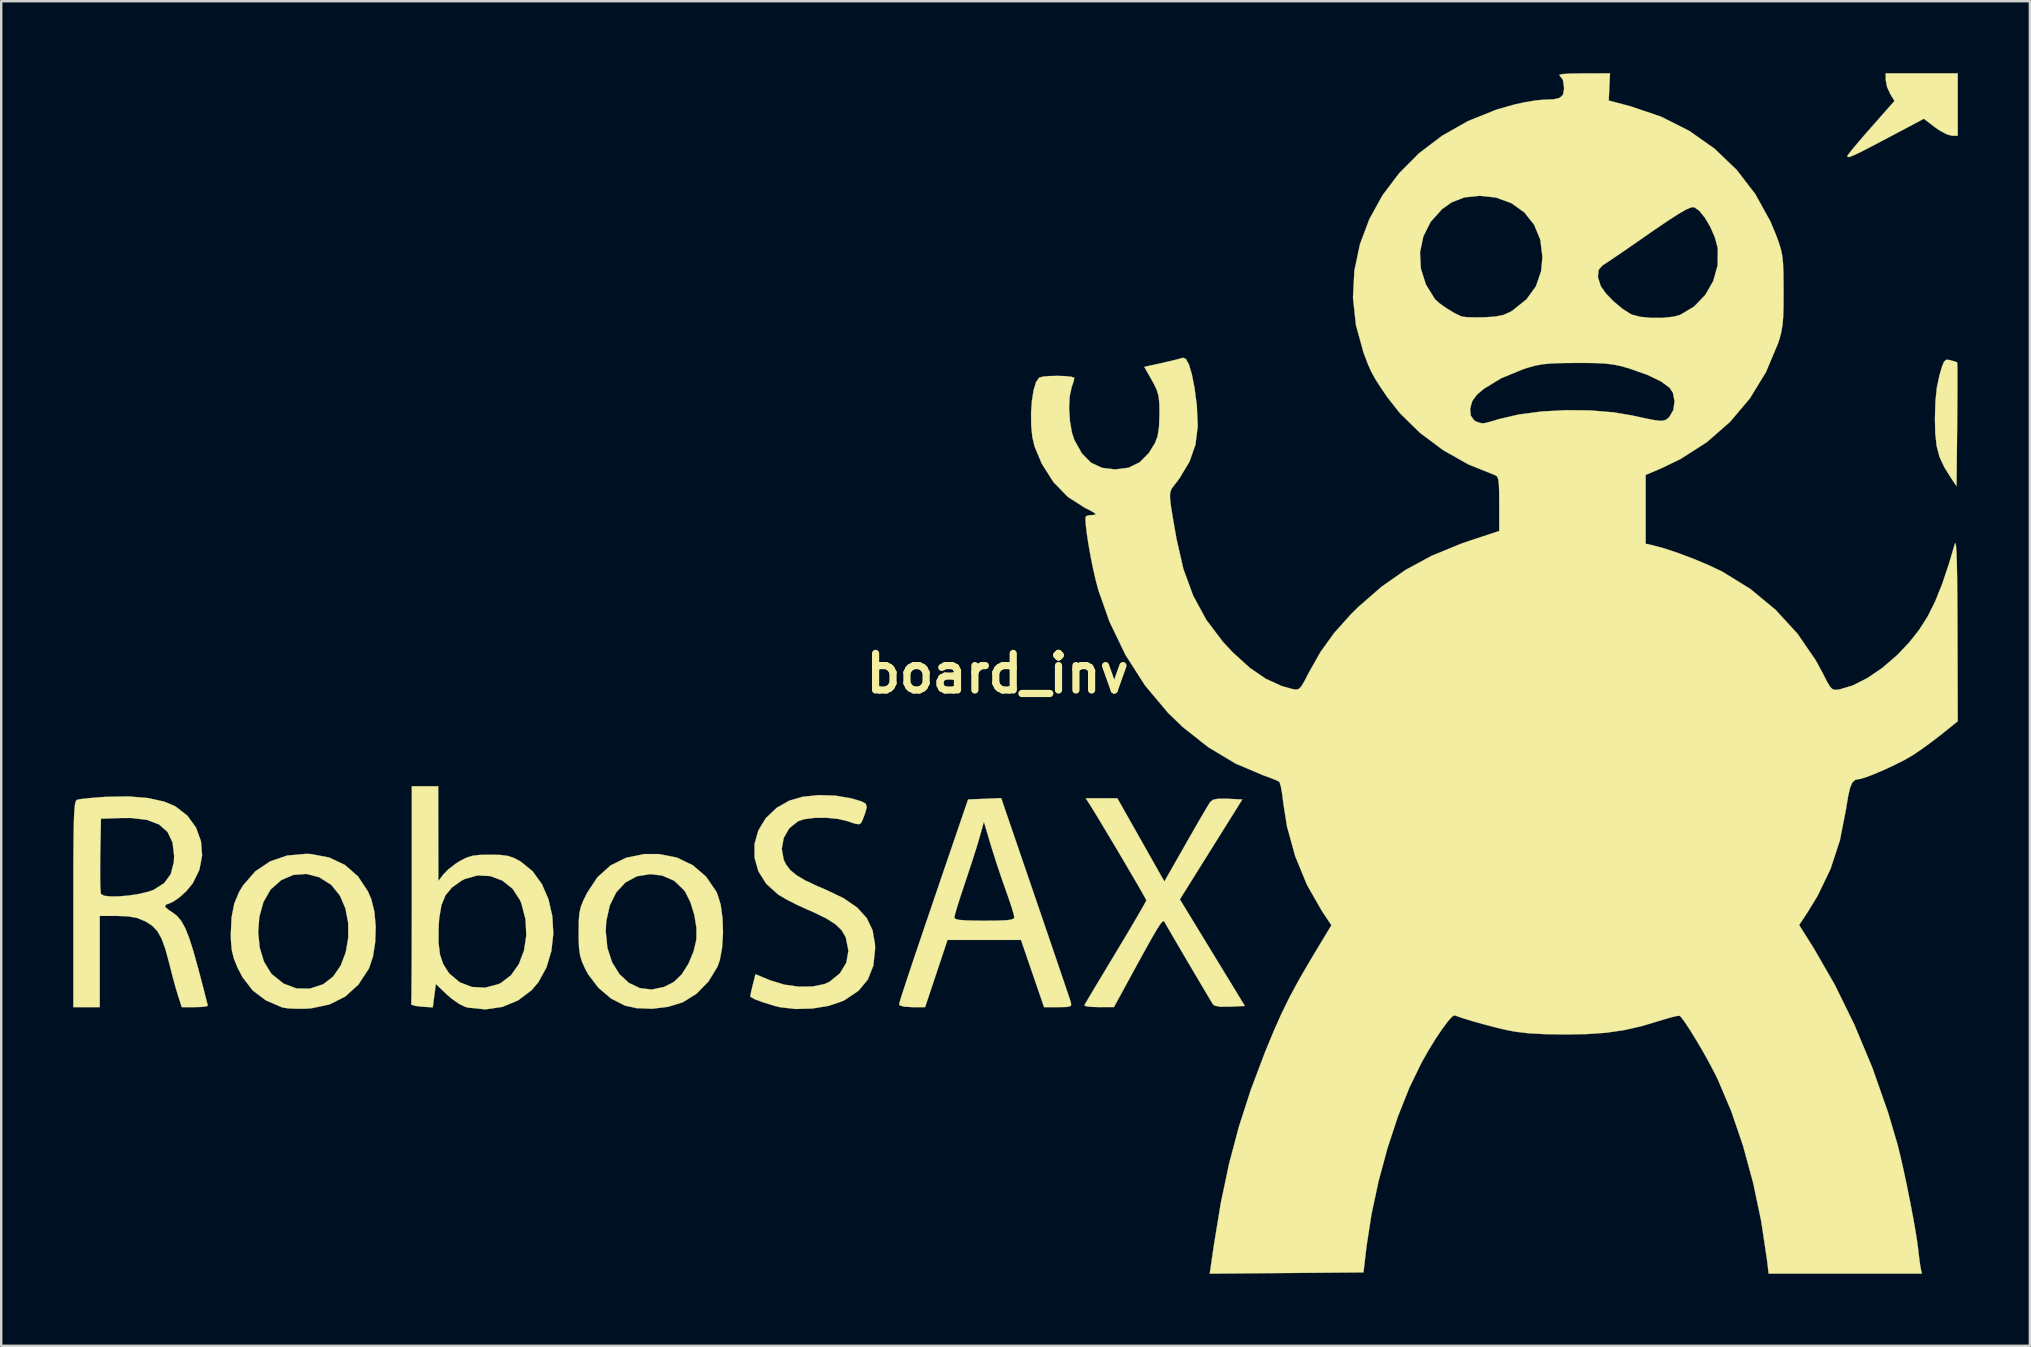
<source format=kicad_pcb>
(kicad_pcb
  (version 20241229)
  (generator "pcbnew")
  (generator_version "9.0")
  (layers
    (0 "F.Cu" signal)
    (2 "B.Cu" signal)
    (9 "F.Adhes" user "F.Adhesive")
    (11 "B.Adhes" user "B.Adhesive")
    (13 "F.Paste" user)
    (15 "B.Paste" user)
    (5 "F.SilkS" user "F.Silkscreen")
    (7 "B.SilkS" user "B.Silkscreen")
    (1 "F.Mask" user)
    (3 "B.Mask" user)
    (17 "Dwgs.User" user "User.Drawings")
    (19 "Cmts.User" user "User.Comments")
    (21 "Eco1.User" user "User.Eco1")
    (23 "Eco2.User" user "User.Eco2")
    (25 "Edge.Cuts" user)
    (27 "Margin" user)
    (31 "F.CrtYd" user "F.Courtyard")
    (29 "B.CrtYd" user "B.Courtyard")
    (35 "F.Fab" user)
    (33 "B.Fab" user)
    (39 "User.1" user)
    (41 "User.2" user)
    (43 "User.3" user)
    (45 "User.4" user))
  (footprint "board_inv"
    (layer "F.Cu")
    (at 38.505 25.005)
    (property "Reference" "board_inv" (at 0 0 0) (layer "F.SilkS") (effects (font (size 1.524 1.524) (thickness 0.3))))
    (attr through_hole)
    (fp_poly (pts (xy 39.629 -13.063) (xy 39.691 -13.049) (xy 39.892 -12.991) (xy 39.977 -12.957) (xy 39.983 -12.854) (xy 39.987 -12.577) (xy 39.988 -12.155) (xy 39.986 -11.613) (xy 39.982 -10.978) (xy 39.977 -10.368) (xy 39.95 -7.805) (xy 39.73 -8.128) (xy 39.438 -8.595) (xy 39.24 -9.025) (xy 39.121 -9.478) (xy 39.064 -10.016) (xy 39.051 -10.6) (xy 39.07 -11.321) (xy 39.129 -11.904) (xy 39.235 -12.406) (xy 39.242 -12.432) (xy 39.346 -12.785) (xy 39.427 -12.983) (xy 39.512 -13.063) (xy 39.629 -13.063)) (stroke (width 0.01) (type solid)) (fill yes) (layer "F.SilkS"))
    (fp_poly (pts (xy 40 -22.4) (xy 39.758 -22.4) (xy 39.547 -22.459) (xy 39.259 -22.611) (xy 39.051 -22.754) (xy 38.588 -23.108) (xy 37.119 -22.329) (xy 36.523 -22.015) (xy 36.081 -21.785) (xy 35.77 -21.632) (xy 35.569 -21.544) (xy 35.455 -21.512) (xy 35.407 -21.526) (xy 35.4 -21.554) (xy 35.463 -21.649) (xy 35.636 -21.866) (xy 35.896 -22.175) (xy 36.219 -22.55) (xy 36.383 -22.736) (xy 37.366 -23.85) (xy 37.184 -24.15) (xy 37.055 -24.44) (xy 37.001 -24.722) (xy 37.001 -24.725) (xy 37 -25) (xy 40 -25) (xy 40 -22.4)) (stroke (width 0.01) (type solid)) (fill yes) (layer "F.SilkS"))
    (fp_poly (pts (xy -28.598 7.523) (xy -27.837 7.668) (xy -27.181 7.981) (xy -26.641 8.454) (xy -26.227 9.081) (xy -26.089 9.4) (xy -25.958 9.923) (xy -25.903 10.54) (xy -25.923 11.184) (xy -26.015 11.784) (xy -26.177 12.27) (xy -26.192 12.3) (xy -26.628 12.964) (xy -27.175 13.46) (xy -27.831 13.789) (xy -28.595 13.95) (xy -28.8 13.964) (xy -29.203 13.968) (xy -29.558 13.951) (xy -29.791 13.915) (xy -29.8 13.912) (xy -30.488 13.614) (xy -31.026 13.206) (xy -31.45 12.657) (xy -31.662 12.252) (xy -31.815 11.873) (xy -31.9 11.521) (xy -31.935 11.105) (xy -31.94 10.852) (xy -31.936 10.777) (xy -30.801 10.777) (xy -30.737 11.419) (xy -30.559 12.005) (xy -30.268 12.483) (xy -30.221 12.536) (xy -29.742 12.92) (xy -29.212 13.12) (xy -28.655 13.131) (xy -28.096 12.948) (xy -28.088 12.944) (xy -27.676 12.625) (xy -27.363 12.17) (xy -27.153 11.619) (xy -27.048 11.012) (xy -27.051 10.389) (xy -27.165 9.79) (xy -27.395 9.254) (xy -27.742 8.821) (xy -27.759 8.805) (xy -28.256 8.488) (xy -28.792 8.351) (xy -29.331 8.391) (xy -29.835 8.605) (xy -30.27 8.99) (xy -30.298 9.025) (xy -30.583 9.528) (xy -30.75 10.129) (xy -30.801 10.777) (xy -31.936 10.777) (xy -31.908 10.155) (xy -31.797 9.589) (xy -31.591 9.096) (xy -31.425 8.823) (xy -30.922 8.245) (xy -30.307 7.83) (xy -29.595 7.585) (xy -28.796 7.514) (xy -28.598 7.523)) (stroke (width 0.01) (type solid)) (fill yes) (layer "F.SilkS"))
    (fp_poly (pts (xy -13.359 7.67) (xy -12.697 7.988) (xy -12.144 8.461) (xy -11.724 9.075) (xy -11.67 9.187) (xy -11.534 9.627) (xy -11.456 10.19) (xy -11.436 10.808) (xy -11.473 11.413) (xy -11.568 11.939) (xy -11.664 12.212) (xy -12.042 12.832) (xy -12.537 13.34) (xy -13.107 13.695) (xy -13.126 13.703) (xy -13.722 13.886) (xy -14.386 13.967) (xy -15.038 13.943) (xy -15.529 13.834) (xy -16.104 13.54) (xy -16.629 13.091) (xy -17.053 12.534) (xy -17.169 12.321) (xy -17.305 12.022) (xy -17.389 11.754) (xy -17.433 11.451) (xy -17.449 11.048) (xy -17.45 10.79) (xy -17.449 10.734) (xy -16.322 10.734) (xy -16.252 11.433) (xy -16.055 12.035) (xy -15.751 12.525) (xy -15.362 12.887) (xy -14.907 13.106) (xy -14.406 13.168) (xy -13.881 13.056) (xy -13.485 12.851) (xy -13.165 12.546) (xy -12.879 12.1) (xy -12.66 11.575) (xy -12.546 11.089) (xy -12.541 10.605) (xy -12.631 10.055) (xy -12.796 9.523) (xy -13.015 9.09) (xy -13.058 9.031) (xy -13.468 8.637) (xy -13.971 8.417) (xy -14.463 8.36) (xy -15.022 8.448) (xy -15.499 8.706) (xy -15.881 9.116) (xy -16.152 9.66) (xy -16.299 10.319) (xy -16.322 10.734) (xy -17.449 10.734) (xy -17.445 10.327) (xy -17.42 9.995) (xy -17.36 9.725) (xy -17.25 9.45) (xy -17.1 9.145) (xy -16.666 8.488) (xy -16.121 7.998) (xy -15.47 7.675) (xy -14.718 7.524) (xy -14.107 7.523) (xy -13.359 7.67)) (stroke (width 0.01) (type solid)) (fill yes) (layer "F.SilkS"))
    (fp_poly (pts (xy 5.971 6.933) (xy 6.95 8.666) (xy 7.847 7.09) (xy 8.142 6.573) (xy 8.409 6.11) (xy 8.631 5.73) (xy 8.789 5.465) (xy 8.861 5.352) (xy 8.983 5.258) (xy 9.203 5.217) (xy 9.568 5.219) (xy 9.588 5.22) (xy 10.197 5.25) (xy 7.595 9.411) (xy 10.303 13.85) (xy 9.677 13.881) (xy 9.271 13.883) (xy 9.039 13.836) (xy 8.972 13.781) (xy 8.756 13.42) (xy 8.496 12.981) (xy 8.209 12.496) (xy 7.914 11.996) (xy 7.63 11.511) (xy 7.373 11.073) (xy 7.164 10.713) (xy 7.019 10.462) (xy 6.957 10.351) (xy 6.956 10.35) (xy 6.922 10.313) (xy 6.865 10.341) (xy 6.774 10.451) (xy 6.639 10.661) (xy 6.447 10.988) (xy 6.186 11.453) (xy 5.847 12.071) (xy 5.75 12.248) (xy 4.85 13.898) (xy 4.217 13.899) (xy 3.897 13.889) (xy 3.681 13.86) (xy 3.617 13.823) (xy 3.676 13.72) (xy 3.823 13.469) (xy 4.046 13.096) (xy 4.329 12.624) (xy 4.657 12.078) (xy 4.925 11.633) (xy 5.277 11.047) (xy 5.591 10.519) (xy 5.854 10.07) (xy 6.052 9.727) (xy 6.171 9.512) (xy 6.2 9.45) (xy 6.151 9.353) (xy 6.017 9.113) (xy 5.813 8.76) (xy 5.558 8.323) (xy 5.269 7.831) (xy 4.963 7.314) (xy 4.656 6.799) (xy 4.367 6.316) (xy 4.112 5.895) (xy 3.909 5.565) (xy 3.821 5.425) (xy 3.677 5.2) (xy 4.991 5.2) (xy 5.971 6.933)) (stroke (width 0.01) (type solid)) (fill yes) (layer "F.SilkS"))
    (fp_poly (pts (xy 1.565 9.321) (xy 1.864 10.195) (xy 2.144 11.015) (xy 2.399 11.763) (xy 2.621 12.416) (xy 2.804 12.955) (xy 2.941 13.359) (xy 3.024 13.608) (xy 3.046 13.675) (xy 3.071 13.8) (xy 3.023 13.868) (xy 2.859 13.895) (xy 2.538 13.9) (xy 2.526 13.9) (xy 1.938 13.9) (xy 0.976 11.1) (xy -2.083 11.1) (xy -2.55 12.5) (xy -3.017 13.9) (xy -3.558 13.9) (xy -3.899 13.88) (xy -4.078 13.824) (xy -4.1 13.786) (xy -4.08 13.7) (xy -4.019 13.496) (xy -3.913 13.167) (xy -3.761 12.705) (xy -3.56 12.101) (xy -3.306 11.348) (xy -2.998 10.438) (xy -2.905 10.166) (xy -1.8 10.166) (xy -1.757 10.224) (xy -1.611 10.264) (xy -1.334 10.287) (xy -0.9 10.298) (xy -0.55 10.3) (xy -0.018 10.296) (xy 0.344 10.282) (xy 0.565 10.255) (xy 0.674 10.212) (xy 0.7 10.155) (xy 0.667 10.004) (xy 0.579 9.713) (xy 0.45 9.329) (xy 0.344 9.03) (xy 0.15 8.477) (xy -0.056 7.858) (xy -0.239 7.281) (xy -0.29 7.114) (xy -0.568 6.179) (xy -0.745 6.814) (xy -0.847 7.157) (xy -0.995 7.629) (xy -1.17 8.167) (xy -1.352 8.713) (xy -1.361 8.741) (xy -1.522 9.225) (xy -1.657 9.646) (xy -1.753 9.967) (xy -1.798 10.148) (xy -1.8 10.166) (xy -2.905 10.166) (xy -2.632 9.364) (xy -2.207 8.116) (xy -1.719 6.689) (xy -1.672 6.55) (xy -1.227 5.25) (xy -0.538 5.221) (xy 0.152 5.192) (xy 1.565 9.321)) (stroke (width 0.01) (type solid)) (fill yes) (layer "F.SilkS"))
    (fp_poly (pts (xy -23.294 8.65) (xy -23.088 8.374) (xy -22.878 8.16) (xy -22.578 7.928) (xy -22.416 7.824) (xy -22.143 7.68) (xy -21.885 7.597) (xy -21.571 7.559) (xy -21.15 7.55) (xy -20.715 7.559) (xy -20.407 7.599) (xy -20.15 7.684) (xy -19.872 7.831) (xy -19.867 7.834) (xy -19.369 8.237) (xy -18.981 8.774) (xy -18.705 9.411) (xy -18.546 10.112) (xy -18.505 10.842) (xy -18.587 11.567) (xy -18.793 12.251) (xy -19.127 12.86) (xy -19.406 13.191) (xy -19.97 13.618) (xy -20.627 13.89) (xy -21.335 13.994) (xy -22.049 13.921) (xy -22.177 13.888) (xy -22.428 13.766) (xy -22.736 13.551) (xy -22.951 13.365) (xy -23.398 12.936) (xy -23.462 13.423) (xy -23.527 13.91) (xy -23.989 13.88) (xy -24.255 13.848) (xy -24.409 13.801) (xy -24.425 13.775) (xy -24.42 13.662) (xy -24.415 13.37) (xy -24.411 12.919) (xy -24.407 12.329) (xy -24.404 11.621) (xy -24.403 11.202) (xy -23.287 11.202) (xy -23.229 11.698) (xy -23.097 12.096) (xy -22.881 12.443) (xy -22.821 12.516) (xy -22.403 12.866) (xy -21.897 13.06) (xy -21.346 13.089) (xy -20.797 12.945) (xy -20.696 12.898) (xy -20.267 12.572) (xy -19.94 12.107) (xy -19.725 11.539) (xy -19.63 10.906) (xy -19.663 10.243) (xy -19.833 9.59) (xy -19.895 9.439) (xy -20.203 8.967) (xy -20.627 8.63) (xy -21.127 8.441) (xy -21.662 8.414) (xy -22.193 8.562) (xy -22.337 8.637) (xy -22.725 8.913) (xy -22.995 9.237) (xy -23.165 9.649) (xy -23.258 10.192) (xy -23.283 10.56) (xy -23.287 11.202) (xy -24.403 11.202) (xy -24.402 10.814) (xy -24.4 9.93) (xy -24.4 9.2) (xy -24.4 4.7) (xy -23.3 4.7) (xy -23.294 8.65)) (stroke (width 0.01) (type solid)) (fill yes) (layer "F.SilkS"))
    (fp_poly (pts (xy -6.756 5.089) (xy -6.085 5.205) (xy -5.97 5.237) (xy -5.655 5.334) (xy -5.489 5.427) (xy -5.448 5.567) (xy -5.511 5.806) (xy -5.611 6.075) (xy -5.679 6.224) (xy -5.77 6.283) (xy -5.94 6.258) (xy -6.241 6.156) (xy -6.25 6.153) (xy -6.65 6.057) (xy -7.131 6.011) (xy -7.622 6.016) (xy -8.05 6.07) (xy -8.309 6.155) (xy -8.674 6.447) (xy -8.905 6.847) (xy -8.988 7.302) (xy -8.908 7.76) (xy -8.81 7.96) (xy -8.632 8.191) (xy -8.378 8.404) (xy -8.015 8.619) (xy -7.51 8.857) (xy -7.165 9.003) (xy -6.413 9.362) (xy -5.846 9.752) (xy -5.449 10.189) (xy -5.207 10.692) (xy -5.105 11.277) (xy -5.1 11.469) (xy -5.174 12.17) (xy -5.401 12.749) (xy -5.792 13.219) (xy -6.356 13.599) (xy -6.478 13.659) (xy -7.041 13.849) (xy -7.71 13.957) (xy -8.407 13.977) (xy -9.054 13.905) (xy -9.25 13.858) (xy -9.757 13.703) (xy -10.106 13.575) (xy -10.282 13.478) (xy -10.3 13.447) (xy -10.278 13.322) (xy -10.221 13.077) (xy -10.192 12.959) (xy -10.084 12.53) (xy -9.467 12.784) (xy -8.892 12.961) (xy -8.287 13.047) (xy -7.709 13.041) (xy -7.217 12.942) (xy -7 12.845) (xy -6.564 12.489) (xy -6.298 12.048) (xy -6.211 11.55) (xy -6.315 11.022) (xy -6.339 10.962) (xy -6.498 10.692) (xy -6.756 10.445) (xy -7.14 10.201) (xy -7.679 9.94) (xy -7.914 9.838) (xy -8.348 9.641) (xy -8.771 9.425) (xy -9.102 9.232) (xy -9.146 9.202) (xy -9.638 8.759) (xy -9.962 8.242) (xy -10.122 7.68) (xy -10.123 7.105) (xy -9.967 6.546) (xy -9.658 6.033) (xy -9.2 5.596) (xy -8.679 5.3) (xy -8.123 5.138) (xy -7.459 5.068) (xy -6.756 5.089)) (stroke (width 0.01) (type solid)) (fill yes) (layer "F.SilkS"))
    (fp_poly (pts (xy -35.39 5.19) (xy -34.715 5.338) (xy -34.257 5.53) (xy -33.749 5.923) (xy -33.39 6.419) (xy -33.184 6.984) (xy -33.136 7.583) (xy -33.249 8.182) (xy -33.528 8.746) (xy -33.812 9.089) (xy -34.081 9.327) (xy -34.333 9.503) (xy -34.463 9.562) (xy -34.656 9.637) (xy -34.669 9.734) (xy -34.499 9.874) (xy -34.407 9.93) (xy -34.196 10.085) (xy -34.012 10.299) (xy -33.844 10.598) (xy -33.678 11.011) (xy -33.501 11.565) (xy -33.303 12.277) (xy -33.165 12.798) (xy -33.047 13.249) (xy -32.959 13.595) (xy -32.908 13.802) (xy -32.9 13.845) (xy -32.99 13.875) (xy -33.223 13.895) (xy -33.442 13.9) (xy -33.984 13.9) (xy -34.137 13.425) (xy -34.235 13.097) (xy -34.355 12.659) (xy -34.475 12.194) (xy -34.498 12.101) (xy -34.661 11.495) (xy -34.821 11.051) (xy -35 10.733) (xy -35.219 10.504) (xy -35.497 10.328) (xy -35.502 10.325) (xy -35.836 10.188) (xy -36.208 10.119) (xy -36.671 10.1) (xy -37.4 10.1) (xy -37.4 13.9) (xy -38.5 13.9) (xy -38.5 9.611) (xy -38.499 8.561) (xy -38.498 8.081) (xy -37.384 8.081) (xy -37.383 8.552) (xy -37.374 8.919) (xy -37.359 9.142) (xy -37.35 9.185) (xy -37.225 9.258) (xy -36.952 9.29) (xy -36.581 9.285) (xy -36.159 9.246) (xy -35.735 9.179) (xy -35.356 9.086) (xy -35.153 9.012) (xy -34.717 8.736) (xy -34.44 8.356) (xy -34.313 7.854) (xy -34.301 7.6) (xy -34.368 7.037) (xy -34.575 6.603) (xy -34.927 6.292) (xy -35.432 6.099) (xy -36.097 6.02) (xy -36.473 6.021) (xy -37.35 6.05) (xy -37.378 7.546) (xy -37.384 8.081) (xy -38.498 8.081) (xy -38.497 7.695) (xy -38.492 6.994) (xy -38.484 6.44) (xy -38.473 6.018) (xy -38.457 5.709) (xy -38.437 5.496) (xy -38.411 5.362) (xy -38.379 5.289) (xy -38.346 5.262) (xy -38.186 5.232) (xy -37.876 5.197) (xy -37.464 5.161) (xy -37.121 5.138) (xy -36.201 5.123) (xy -35.39 5.19)) (stroke (width 0.01) (type solid)) (fill yes) (layer "F.SilkS"))
    (fp_poly (pts (xy 25.488 -24.433) (xy 25.462 -23.866) (xy 26.356 -23.631) (xy 27.643 -23.195) (xy 28.818 -22.602) (xy 29.871 -21.86) (xy 30.792 -20.978) (xy 31.57 -19.965) (xy 32.196 -18.831) (xy 32.423 -18.288) (xy 32.546 -17.953) (xy 32.633 -17.675) (xy 32.689 -17.405) (xy 32.722 -17.097) (xy 32.739 -16.702) (xy 32.744 -16.171) (xy 32.745 -15.95) (xy 32.744 -15.336) (xy 32.731 -14.875) (xy 32.701 -14.519) (xy 32.651 -14.222) (xy 32.575 -13.935) (xy 32.518 -13.759) (xy 32.013 -12.557) (xy 31.342 -11.461) (xy 30.518 -10.484) (xy 29.55 -9.637) (xy 28.451 -8.932) (xy 27.663 -8.552) (xy 27 -8.27) (xy 27 -5.404) (xy 27.275 -5.345) (xy 27.756 -5.216) (xy 28.35 -5.019) (xy 28.991 -4.777) (xy 29.614 -4.516) (xy 30.155 -4.26) (xy 30.211 -4.231) (xy 31.368 -3.516) (xy 32.413 -2.65) (xy 33.325 -1.655) (xy 34.083 -0.552) (xy 34.374 -0.015) (xy 34.557 0.345) (xy 34.687 0.56) (xy 34.797 0.662) (xy 34.922 0.684) (xy 35.07 0.666) (xy 35.619 0.503) (xy 36.23 0.195) (xy 36.859 -0.232) (xy 37.463 -0.753) (xy 37.511 -0.799) (xy 37.986 -1.302) (xy 38.39 -1.813) (xy 38.742 -2.365) (xy 39.056 -2.992) (xy 39.351 -3.725) (xy 39.643 -4.598) (xy 39.88 -5.4) (xy 39.907 -5.429) (xy 39.93 -5.304) (xy 39.949 -5.018) (xy 39.964 -4.563) (xy 39.976 -3.932) (xy 39.984 -3.117) (xy 39.989 -2.111) (xy 39.99 -1.879) (xy 40 1.991) (xy 39.325 2.534) (xy 38.927 2.841) (xy 38.503 3.149) (xy 38.137 3.398) (xy 38.1 3.421) (xy 37.779 3.605) (xy 37.377 3.808) (xy 36.942 4.011) (xy 36.524 4.19) (xy 36.169 4.326) (xy 35.928 4.396) (xy 35.882 4.402) (xy 35.728 4.432) (xy 35.61 4.541) (xy 35.517 4.757) (xy 35.434 5.111) (xy 35.35 5.633) (xy 35.347 5.654) (xy 35.09 6.957) (xy 34.701 8.143) (xy 34.163 9.263) (xy 33.734 9.965) (xy 33.394 10.48) (xy 33.986 11.42) (xy 34.87 12.951) (xy 35.695 14.633) (xy 36.443 16.423) (xy 37.095 18.279) (xy 37.486 19.6) (xy 37.602 20.064) (xy 37.736 20.654) (xy 37.878 21.319) (xy 38.017 22.012) (xy 38.145 22.683) (xy 38.25 23.284) (xy 38.324 23.764) (xy 38.347 23.95) (xy 38.39 24.315) (xy 38.432 24.628) (xy 38.457 24.775) (xy 38.504 25) (xy 32.123 25) (xy 32.055 24.425) (xy 31.812 22.81) (xy 31.475 21.211) (xy 31.055 19.67) (xy 30.564 18.231) (xy 30.014 16.934) (xy 29.883 16.665) (xy 29.65 16.222) (xy 29.388 15.751) (xy 29.117 15.289) (xy 28.86 14.872) (xy 28.64 14.537) (xy 28.477 14.319) (xy 28.416 14.26) (xy 28.295 14.269) (xy 28.038 14.331) (xy 27.696 14.432) (xy 27.644 14.449) (xy 26.842 14.689) (xy 26.101 14.858) (xy 25.357 14.967) (xy 24.543 15.023) (xy 23.65 15.039) (xy 22.814 15.026) (xy 22.138 14.99) (xy 21.581 14.925) (xy 21.25 14.864) (xy 20.798 14.758) (xy 20.295 14.627) (xy 19.801 14.488) (xy 19.374 14.358) (xy 19.073 14.254) (xy 19.04 14.24) (xy 18.935 14.297) (xy 18.754 14.501) (xy 18.516 14.821) (xy 18.243 15.23) (xy 17.954 15.698) (xy 17.671 16.196) (xy 17.669 16.2) (xy 17.156 17.255) (xy 16.677 18.462) (xy 16.245 19.774) (xy 15.874 21.146) (xy 15.578 22.529) (xy 15.37 23.878) (xy 15.362 23.95) (xy 15.245 24.95) (xy 12.043 24.976) (xy 8.841 25.003) (xy 9.011 23.826) (xy 9.301 22.06) (xy 9.644 20.431) (xy 10.056 18.877) (xy 10.553 17.339) (xy 11.151 15.755) (xy 11.163 15.726) (xy 11.513 14.88) (xy 11.839 14.149) (xy 12.174 13.468) (xy 12.55 12.774) (xy 12.998 12.002) (xy 13.167 11.719) (xy 13.909 10.488) (xy 13.511 9.892) (xy 12.892 8.808) (xy 12.401 7.614) (xy 12.058 6.372) (xy 11.908 5.417) (xy 11.859 5.026) (xy 11.804 4.714) (xy 11.751 4.534) (xy 11.737 4.512) (xy 11.6 4.443) (xy 11.338 4.339) (xy 11.1 4.255) (xy 9.916 3.754) (xy 8.775 3.07) (xy 7.699 2.218) (xy 7.104 1.642) (xy 6.149 0.505) (xy 5.332 -0.769) (xy 4.66 -2.166) (xy 4.202 -3.469) (xy 4.09 -3.886) (xy 3.979 -4.373) (xy 3.875 -4.89) (xy 3.785 -5.399) (xy 3.716 -5.859) (xy 3.673 -6.231) (xy 3.665 -6.475) (xy 3.683 -6.549) (xy 3.811 -6.588) (xy 3.992 -6.603) (xy 4.091 -6.622) (xy 4.045 -6.684) (xy 3.837 -6.803) (xy 3.632 -6.905) (xy 2.93 -7.355) (xy 2.331 -7.97) (xy 1.845 -8.736) (xy 1.541 -9.46) (xy 1.449 -9.857) (xy 1.402 -10.335) (xy 1.397 -10.848) (xy 1.431 -11.349) (xy 1.5 -11.793) (xy 1.601 -12.132) (xy 1.732 -12.321) (xy 1.735 -12.323) (xy 1.893 -12.366) (xy 2.164 -12.39) (xy 2.49 -12.397) (xy 2.81 -12.387) (xy 3.065 -12.361) (xy 3.194 -12.319) (xy 3.2 -12.307) (xy 3.166 -12.153) (xy 3.09 -11.932) (xy 3.006 -11.552) (xy 2.981 -11.059) (xy 3.014 -10.528) (xy 3.099 -10.036) (xy 3.201 -9.724) (xy 3.516 -9.163) (xy 3.894 -8.781) (xy 4.355 -8.566) (xy 4.9 -8.5) (xy 5.458 -8.571) (xy 5.918 -8.793) (xy 6.304 -9.185) (xy 6.56 -9.6) (xy 6.666 -9.881) (xy 6.726 -10.254) (xy 6.746 -10.77) (xy 6.746 -10.8) (xy 6.741 -11.238) (xy 6.71 -11.549) (xy 6.637 -11.805) (xy 6.507 -12.077) (xy 6.432 -12.211) (xy 6.114 -12.772) (xy 6.834 -12.93) (xy 7.211 -13.017) (xy 7.524 -13.095) (xy 7.711 -13.149) (xy 7.718 -13.152) (xy 7.848 -13.103) (xy 7.975 -12.869) (xy 8.095 -12.462) (xy 8.206 -11.896) (xy 8.301 -11.184) (xy 8.301 -11.183) (xy 8.342 -10.304) (xy 8.246 -9.536) (xy 8.002 -8.834) (xy 7.596 -8.153) (xy 7.478 -7.992) (xy 7.356 -7.838) (xy 7.266 -7.717) (xy 7.209 -7.597) (xy 7.184 -7.449) (xy 7.19 -7.241) (xy 7.228 -6.943) (xy 7.296 -6.524) (xy 7.395 -5.954) (xy 7.457 -5.6) (xy 7.744 -4.347) (xy 8.153 -3.234) (xy 8.698 -2.232) (xy 9.394 -1.312) (xy 9.803 -0.875) (xy 10.503 -0.239) (xy 11.175 0.222) (xy 11.847 0.528) (xy 12.27 0.645) (xy 12.431 0.672) (xy 12.549 0.646) (xy 12.658 0.536) (xy 12.792 0.308) (xy 12.959 -0.018) (xy 13.453 -0.893) (xy 14.024 -1.687) (xy 14.719 -2.463) (xy 15.025 -2.765) (xy 15.991 -3.609) (xy 16.993 -4.311) (xy 18.079 -4.899) (xy 19.296 -5.4) (xy 19.763 -5.561) (xy 20.9 -5.935) (xy 20.9 -7.07) (xy 20.897 -7.568) (xy 20.883 -7.902) (xy 20.854 -8.105) (xy 20.804 -8.213) (xy 20.728 -8.261) (xy 20.725 -8.262) (xy 19.62 -8.706) (xy 18.567 -9.3) (xy 17.604 -10.019) (xy 16.768 -10.836) (xy 16.612 -11.034) (xy 19.688 -11.034) (xy 19.713 -10.747) (xy 19.855 -10.542) (xy 19.925 -10.503) (xy 20.072 -10.445) (xy 20.188 -10.42) (xy 20.329 -10.435) (xy 20.551 -10.494) (xy 20.9 -10.599) (xy 21.713 -10.788) (xy 22.656 -10.912) (xy 23.67 -10.969) (xy 24.695 -10.958) (xy 25.672 -10.877) (xy 26.45 -10.745) (xy 26.978 -10.629) (xy 27.347 -10.557) (xy 27.594 -10.525) (xy 27.755 -10.534) (xy 27.867 -10.582) (xy 27.966 -10.667) (xy 27.989 -10.689) (xy 28.154 -10.977) (xy 28.204 -11.338) (xy 28.136 -11.688) (xy 28.004 -11.896) (xy 27.636 -12.168) (xy 27.079 -12.436) (xy 26.327 -12.701) (xy 26.3 -12.71) (xy 25.963 -12.806) (xy 25.646 -12.871) (xy 25.298 -12.911) (xy 24.868 -12.931) (xy 24.305 -12.937) (xy 24.1 -12.936) (xy 23.502 -12.93) (xy 23.053 -12.913) (xy 22.703 -12.88) (xy 22.4 -12.824) (xy 22.094 -12.738) (xy 21.874 -12.666) (xy 20.978 -12.296) (xy 20.262 -11.859) (xy 19.975 -11.619) (xy 19.776 -11.345) (xy 19.688 -11.034) (xy 16.612 -11.034) (xy 16.228 -11.523) (xy 15.933 -11.958) (xy 15.723 -12.29) (xy 15.566 -12.578) (xy 15.431 -12.881) (xy 15.287 -13.259) (xy 15.242 -13.383) (xy 14.929 -14.521) (xy 14.807 -15.66) (xy 14.866 -16.784) (xy 15.026 -17.544) (xy 17.6 -17.544) (xy 17.635 -16.866) (xy 17.845 -16.201) (xy 18.223 -15.591) (xy 18.41 -15.421) (xy 18.702 -15.215) (xy 19.022 -15.02) (xy 19.296 -14.887) (xy 19.355 -14.867) (xy 19.548 -14.843) (xy 19.873 -14.833) (xy 20.263 -14.837) (xy 20.3 -14.838) (xy 20.748 -14.869) (xy 21.072 -14.936) (xy 21.348 -15.057) (xy 21.458 -15.123) (xy 22.033 -15.583) (xy 22.427 -16.126) (xy 22.56 -16.513) (xy 25.011 -16.513) (xy 25.125 -16.151) (xy 25.144 -16.113) (xy 25.352 -15.821) (xy 25.671 -15.494) (xy 26.034 -15.191) (xy 26.375 -14.973) (xy 26.436 -14.945) (xy 26.774 -14.857) (xy 27.227 -14.813) (xy 27.715 -14.815) (xy 28.157 -14.862) (xy 28.435 -14.937) (xy 29.015 -15.282) (xy 29.482 -15.767) (xy 29.817 -16.353) (xy 29.998 -17.001) (xy 30.005 -17.674) (xy 29.988 -17.785) (xy 29.875 -18.19) (xy 29.691 -18.606) (xy 29.468 -18.984) (xy 29.235 -19.273) (xy 29.022 -19.423) (xy 29.008 -19.427) (xy 28.882 -19.412) (xy 28.667 -19.317) (xy 28.346 -19.131) (xy 27.904 -18.845) (xy 27.324 -18.45) (xy 27.1 -18.295) (xy 26.577 -17.931) (xy 26.1 -17.601) (xy 25.695 -17.326) (xy 25.393 -17.122) (xy 25.219 -17.011) (xy 25.201 -17) (xy 25.038 -16.81) (xy 25.011 -16.513) (xy 22.56 -16.513) (xy 22.646 -16.762) (xy 22.7 -17.35) (xy 22.611 -18.067) (xy 22.354 -18.691) (xy 21.949 -19.204) (xy 21.413 -19.588) (xy 20.765 -19.826) (xy 20.081 -19.899) (xy 19.448 -19.833) (xy 18.91 -19.622) (xy 18.514 -19.339) (xy 18.042 -18.813) (xy 17.737 -18.204) (xy 17.6 -17.544) (xy 15.026 -17.544) (xy 15.097 -17.879) (xy 15.491 -18.93) (xy 16.04 -19.923) (xy 16.733 -20.842) (xy 17.562 -21.673) (xy 18.519 -22.4) (xy 19.593 -23.009) (xy 20.776 -23.486) (xy 21.55 -23.706) (xy 21.985 -23.799) (xy 22.401 -23.868) (xy 22.716 -23.9) (xy 22.75 -23.901) (xy 23.168 -23.918) (xy 23.423 -23.981) (xy 23.555 -24.111) (xy 23.598 -24.33) (xy 23.6 -24.407) (xy 23.551 -24.736) (xy 23.425 -24.892) (xy 23.405 -24.938) (xy 23.541 -24.97) (xy 23.848 -24.989) (xy 24.338 -24.997) (xy 24.382 -24.997) (xy 25.515 -25) (xy 25.488 -24.433)) (stroke (width 0.01) (type solid)) (fill yes) (layer "F.SilkS")))
  (gr_rect
    (start -3 -3)
    (end 81.51 53.013)
    (stroke (width 0.1) (type default))
    (fill no)
    (layer "Edge.Cuts")))
</source>
